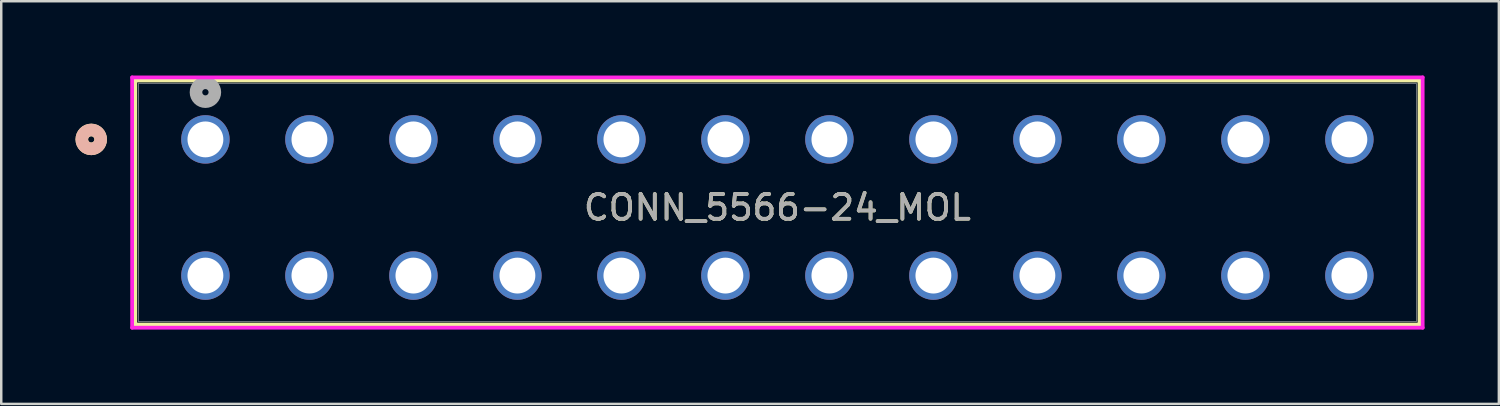
<source format=kicad_pcb>
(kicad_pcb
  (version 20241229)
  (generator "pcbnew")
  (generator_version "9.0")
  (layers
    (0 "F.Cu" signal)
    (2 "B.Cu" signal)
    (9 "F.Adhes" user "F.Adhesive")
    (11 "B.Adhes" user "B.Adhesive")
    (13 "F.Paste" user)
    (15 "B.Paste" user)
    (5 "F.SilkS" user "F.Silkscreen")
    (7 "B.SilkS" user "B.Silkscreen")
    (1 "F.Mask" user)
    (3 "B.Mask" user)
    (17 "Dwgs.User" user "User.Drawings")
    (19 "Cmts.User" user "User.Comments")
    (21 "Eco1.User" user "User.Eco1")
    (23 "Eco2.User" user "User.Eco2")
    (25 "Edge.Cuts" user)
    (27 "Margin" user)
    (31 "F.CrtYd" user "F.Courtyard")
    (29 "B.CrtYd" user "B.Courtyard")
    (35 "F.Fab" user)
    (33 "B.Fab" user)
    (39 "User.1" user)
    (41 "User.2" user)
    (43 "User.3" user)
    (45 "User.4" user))
  (footprint "CONN_5566-24_MOL"
    (layer "F.Cu")
    (at 5.246 2.58)
    (property "Reference" "CONN_5566-24_MOL" (at 23.1 2.75 0) (unlocked yes) (layer "F.SilkS") (effects (font (size 1 1) (thickness 0.15))))
    (attr through_hole)
    (fp_line (start -2.833 -2.377) (end -2.833 7.478) (stroke (width 0.152) (type solid)) (layer "F.SilkS"))
    (fp_line (start -2.833 7.478) (end 49.033 7.478) (stroke (width 0.152) (type solid)) (layer "F.SilkS"))
    (fp_line (start 49.033 -2.377) (end -2.833 -2.377) (stroke (width 0.152) (type solid)) (layer "F.SilkS"))
    (fp_line (start 49.033 7.478) (end 49.033 -2.377) (stroke (width 0.152) (type solid)) (layer "F.SilkS"))
    (fp_circle (center -4.611 0) (end -4.23 0) (stroke (width 0.508) (type solid)) (fill no) (layer "F.SilkS"))
    (fp_circle (center -4.611 0) (end -4.23 0) (stroke (width 0.508) (type solid)) (fill no) (layer "B.SilkS"))
    (fp_line (start -2.96 -2.504) (end -2.96 7.605) (stroke (width 0.152) (type solid)) (layer "F.CrtYd"))
    (fp_line (start -2.96 7.605) (end 49.16 7.605) (stroke (width 0.152) (type solid)) (layer "F.CrtYd"))
    (fp_line (start 49.16 -2.504) (end -2.96 -2.504) (stroke (width 0.152) (type solid)) (layer "F.CrtYd"))
    (fp_line (start 49.16 7.605) (end 49.16 -2.504) (stroke (width 0.152) (type solid)) (layer "F.CrtYd"))
    (fp_line (start -2.706 -2.25) (end -2.706 7.351) (stroke (width 0.025) (type solid)) (layer "F.Fab"))
    (fp_line (start -2.706 7.351) (end 48.906 7.351) (stroke (width 0.025) (type solid)) (layer "F.Fab"))
    (fp_line (start 48.906 -2.25) (end -2.706 -2.25) (stroke (width 0.025) (type solid)) (layer "F.Fab"))
    (fp_line (start 48.906 7.351) (end 48.906 -2.25) (stroke (width 0.025) (type solid)) (layer "F.Fab"))
    (fp_circle (center 0 -1.905) (end 0.381 -1.905) (stroke (width 0.508) (type solid)) (fill no) (layer "F.Fab"))
    (fp_text user "${REFERENCE}" (at 23.1 2.75 0) (unlocked yes) (layer "F.Fab") (effects (font (size 1 1) (thickness 0.15))))
    (pad "1" thru_hole circle (at 0 0) (size 1.956 1.956) (drill 1.448) (layers "*.Cu" "*.Mask"))
    (pad "2" thru_hole circle (at 4.2 0) (size 1.956 1.956) (drill 1.448) (layers "*.Cu" "*.Mask"))
    (pad "3" thru_hole circle (at 8.4 0) (size 1.956 1.956) (drill 1.448) (layers "*.Cu" "*.Mask"))
    (pad "4" thru_hole circle (at 12.6 0) (size 1.956 1.956) (drill 1.448) (layers "*.Cu" "*.Mask"))
    (pad "5" thru_hole circle (at 16.8 0) (size 1.956 1.956) (drill 1.448) (layers "*.Cu" "*.Mask"))
    (pad "6" thru_hole circle (at 21 0) (size 1.956 1.956) (drill 1.448) (layers "*.Cu" "*.Mask"))
    (pad "7" thru_hole circle (at 25.2 0) (size 1.956 1.956) (drill 1.448) (layers "*.Cu" "*.Mask"))
    (pad "8" thru_hole circle (at 29.4 0) (size 1.956 1.956) (drill 1.448) (layers "*.Cu" "*.Mask"))
    (pad "9" thru_hole circle (at 33.6 0) (size 1.956 1.956) (drill 1.448) (layers "*.Cu" "*.Mask"))
    (pad "10" thru_hole circle (at 37.8 0) (size 1.956 1.956) (drill 1.448) (layers "*.Cu" "*.Mask"))
    (pad "11" thru_hole circle (at 42 0) (size 1.956 1.956) (drill 1.448) (layers "*.Cu" "*.Mask"))
    (pad "12" thru_hole circle (at 46.2 0) (size 1.956 1.956) (drill 1.448) (layers "*.Cu" "*.Mask"))
    (pad "13" thru_hole circle (at 0 5.5) (size 1.956 1.956) (drill 1.448) (layers "*.Cu" "*.Mask"))
    (pad "14" thru_hole circle (at 4.2 5.5) (size 1.956 1.956) (drill 1.448) (layers "*.Cu" "*.Mask"))
    (pad "15" thru_hole circle (at 8.4 5.5) (size 1.956 1.956) (drill 1.448) (layers "*.Cu" "*.Mask"))
    (pad "16" thru_hole circle (at 12.6 5.5) (size 1.956 1.956) (drill 1.448) (layers "*.Cu" "*.Mask"))
    (pad "17" thru_hole circle (at 16.8 5.5) (size 1.956 1.956) (drill 1.448) (layers "*.Cu" "*.Mask"))
    (pad "18" thru_hole circle (at 21 5.5) (size 1.956 1.956) (drill 1.448) (layers "*.Cu" "*.Mask"))
    (pad "19" thru_hole circle (at 25.2 5.5) (size 1.956 1.956) (drill 1.448) (layers "*.Cu" "*.Mask"))
    (pad "20" thru_hole circle (at 29.4 5.5) (size 1.956 1.956) (drill 1.448) (layers "*.Cu" "*.Mask"))
    (pad "21" thru_hole circle (at 33.6 5.5) (size 1.956 1.956) (drill 1.448) (layers "*.Cu" "*.Mask"))
    (pad "22" thru_hole circle (at 37.8 5.5) (size 1.956 1.956) (drill 1.448) (layers "*.Cu" "*.Mask"))
    (pad "23" thru_hole circle (at 42 5.5) (size 1.956 1.956) (drill 1.448) (layers "*.Cu" "*.Mask"))
    (pad "24" thru_hole circle (at 46.2 5.5) (size 1.956 1.956) (drill 1.448) (layers "*.Cu" "*.Mask")))
  (gr_rect
    (start -3 -3)
    (end 57.483 13.262)
    (stroke (width 0.1) (type default))
    (fill no)
    (layer "Edge.Cuts")))
</source>
